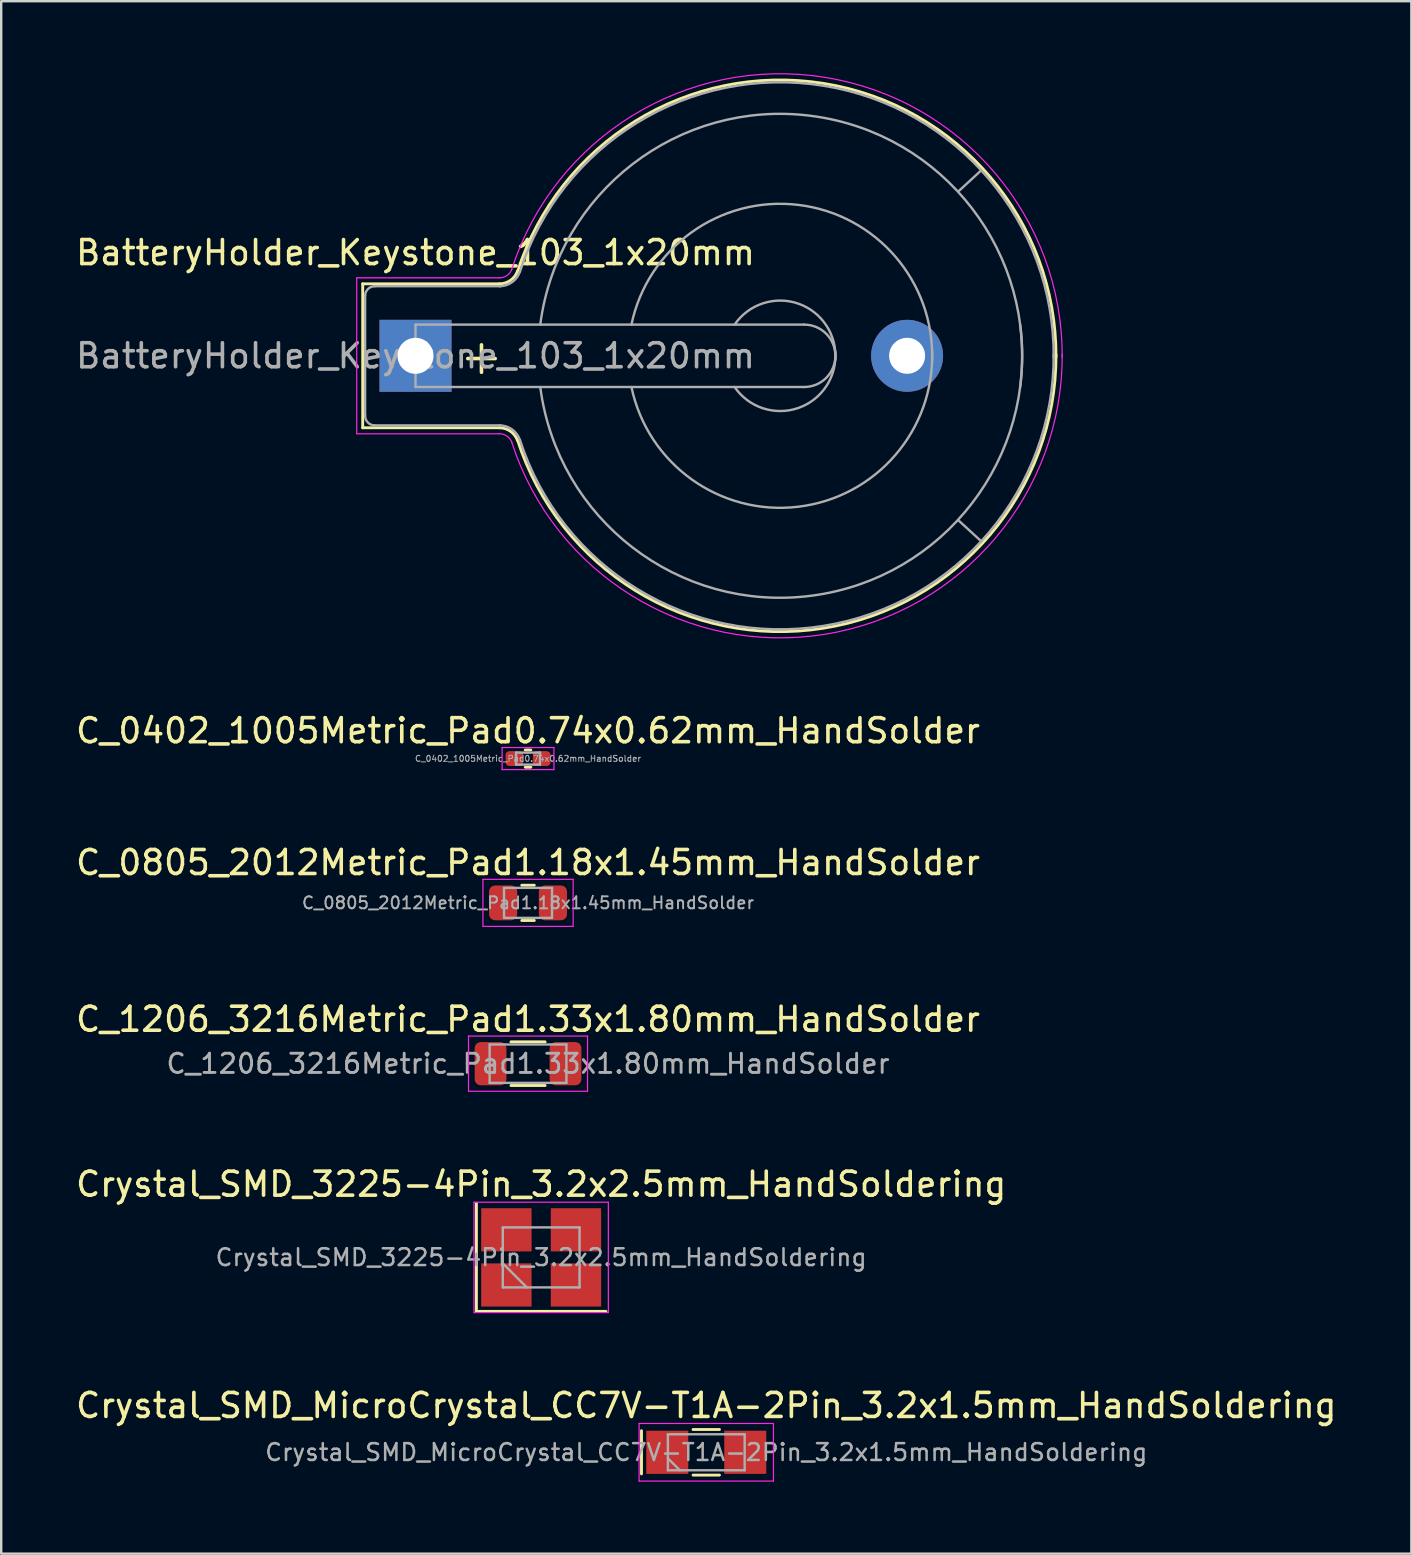
<source format=kicad_pcb>
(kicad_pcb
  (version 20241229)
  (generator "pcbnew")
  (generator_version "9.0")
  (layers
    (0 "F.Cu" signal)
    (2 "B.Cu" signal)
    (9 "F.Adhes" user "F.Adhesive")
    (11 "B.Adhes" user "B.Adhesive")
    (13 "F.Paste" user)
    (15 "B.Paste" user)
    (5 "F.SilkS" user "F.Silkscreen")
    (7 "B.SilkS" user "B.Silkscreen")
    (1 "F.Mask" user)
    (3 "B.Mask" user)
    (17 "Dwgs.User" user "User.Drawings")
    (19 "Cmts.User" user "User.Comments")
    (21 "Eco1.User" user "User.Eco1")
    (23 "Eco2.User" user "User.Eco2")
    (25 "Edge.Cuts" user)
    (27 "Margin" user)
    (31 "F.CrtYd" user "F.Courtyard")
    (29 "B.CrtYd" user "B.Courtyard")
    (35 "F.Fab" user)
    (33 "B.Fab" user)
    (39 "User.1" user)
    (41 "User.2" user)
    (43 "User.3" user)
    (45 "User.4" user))
  (footprint "Crystal_SMD_MicroCrystal_CC7V-T1A-2Pin_3.2x1.5mm_HandSoldering"
    (layer "F.Cu")
    (at 26.387 57.481)
    (property "Reference" "Crystal_SMD_MicroCrystal_CC7V-T1A-2Pin_3.2x1.5mm_HandSoldering" (at 0 -1.95 0) (layer "F.SilkS") (effects (font (size 1 1) (thickness 0.15))))
    (attr smd)
    (fp_line (start -2.7 -0.9) (end -2.7 0.9) (stroke (width 0.12) (type solid)) (layer "F.SilkS"))
    (fp_line (start -0.55 -0.95) (end 0.55 -0.95) (stroke (width 0.12) (type solid)) (layer "F.SilkS"))
    (fp_line (start -0.55 0.95) (end 0.55 0.95) (stroke (width 0.12) (type solid)) (layer "F.SilkS"))
    (fp_line (start -2.8 -1.2) (end -2.8 1.2) (stroke (width 0.05) (type solid)) (layer "F.CrtYd"))
    (fp_line (start -2.8 1.2) (end 2.8 1.2) (stroke (width 0.05) (type solid)) (layer "F.CrtYd"))
    (fp_line (start 2.8 -1.2) (end -2.8 -1.2) (stroke (width 0.05) (type solid)) (layer "F.CrtYd"))
    (fp_line (start 2.8 1.2) (end 2.8 -1.2) (stroke (width 0.05) (type solid)) (layer "F.CrtYd"))
    (fp_line (start -1.6 -0.75) (end -1.6 0.75) (stroke (width 0.1) (type solid)) (layer "F.Fab"))
    (fp_line (start -1.6 0.25) (end -1.1 0.75) (stroke (width 0.1) (type solid)) (layer "F.Fab"))
    (fp_line (start -1.6 0.75) (end 1.6 0.75) (stroke (width 0.1) (type solid)) (layer "F.Fab"))
    (fp_line (start 1.6 -0.75) (end -1.6 -0.75) (stroke (width 0.1) (type solid)) (layer "F.Fab"))
    (fp_line (start 1.6 0.75) (end 1.6 -0.75) (stroke (width 0.1) (type solid)) (layer "F.Fab"))
    (fp_text user "${REFERENCE}" (at 0 0 0) (layer "F.Fab") (effects (font (size 0.7 0.7) (thickness 0.105))))
    (pad "1" smd rect (at -1.625 0) (size 1.75 1.8) (layers "F.Cu" "F.Mask" "F.Paste"))
    (pad "2" smd rect (at 1.625 0) (size 1.75 1.8) (layers "F.Cu" "F.Mask" "F.Paste")))
  (footprint "C_1206_3216Metric_Pad1.33x1.80mm_HandSolder"
    (layer "F.Cu")
    (at 18.958 41.284)
    (property "Reference" "C_1206_3216Metric_Pad1.33x1.80mm_HandSolder" (at 0 -1.85 0) (layer "F.SilkS") (effects (font (size 1 1) (thickness 0.15))))
    (attr smd)
    (fp_line (start -0.711 -0.91) (end 0.711 -0.91) (stroke (width 0.12) (type solid)) (layer "F.SilkS"))
    (fp_line (start -0.711 0.91) (end 0.711 0.91) (stroke (width 0.12) (type solid)) (layer "F.SilkS"))
    (fp_line (start -2.48 -1.15) (end 2.48 -1.15) (stroke (width 0.05) (type solid)) (layer "F.CrtYd"))
    (fp_line (start -2.48 1.15) (end -2.48 -1.15) (stroke (width 0.05) (type solid)) (layer "F.CrtYd"))
    (fp_line (start 2.48 -1.15) (end 2.48 1.15) (stroke (width 0.05) (type solid)) (layer "F.CrtYd"))
    (fp_line (start 2.48 1.15) (end -2.48 1.15) (stroke (width 0.05) (type solid)) (layer "F.CrtYd"))
    (fp_line (start -1.6 -0.8) (end 1.6 -0.8) (stroke (width 0.1) (type solid)) (layer "F.Fab"))
    (fp_line (start -1.6 0.8) (end -1.6 -0.8) (stroke (width 0.1) (type solid)) (layer "F.Fab"))
    (fp_line (start 1.6 -0.8) (end 1.6 0.8) (stroke (width 0.1) (type solid)) (layer "F.Fab"))
    (fp_line (start 1.6 0.8) (end -1.6 0.8) (stroke (width 0.1) (type solid)) (layer "F.Fab"))
    (fp_text user "${REFERENCE}" (at 0 0 0) (layer "F.Fab") (effects (font (size 0.8 0.8) (thickness 0.12))))
    (pad "1" smd roundrect (at -1.562 0) (size 1.325 1.8) (layers "F.Cu" "F.Mask" "F.Paste") (roundrect_rratio 0.189))
    (pad "2" smd roundrect (at 1.562 0) (size 1.325 1.8) (layers "F.Cu" "F.Mask" "F.Paste") (roundrect_rratio 0.189)))
  (footprint "BatteryHolder_Keystone_103_1x20mm"
    (layer "F.Cu")
    (at 14.268 11.78)
    (property "Reference" "BatteryHolder_Keystone_103_1x20mm" (at 0 -4.3 0) (layer "F.SilkS") (effects (font (size 1 1) (thickness 0.15))))
    (attr through_hole)
    (fp_line (start -2.2 -3) (end 3.5 -3) (stroke (width 0.12) (type solid)) (layer "F.SilkS"))
    (fp_line (start -2.2 3) (end -2.2 -3) (stroke (width 0.12) (type solid)) (layer "F.SilkS"))
    (fp_line (start -2.2 3) (end 3.5 3) (stroke (width 0.12) (type solid)) (layer "F.SilkS"))
    (fp_arc (start 3.5 3) (mid 3.958861 3.144678) (end 4.251754 3.526384) (stroke (width 0.12) (type solid)) (layer "F.SilkS"))
    (fp_arc (start 4.25 -3.5) (mid 16.993514 -11.35499) (end 26.695671 0.045281) (stroke (width 0.12) (type solid)) (layer "F.SilkS"))
    (fp_arc (start 4.251754 -3.526384) (mid 3.958861 -3.144678) (end 3.5 -3) (stroke (width 0.12) (type solid)) (layer "F.SilkS"))
    (fp_arc (start 26.695671 -0.045281) (mid 16.993514 11.35499) (end 4.25 3.5) (stroke (width 0.12) (type solid)) (layer "F.SilkS"))
    (fp_line (start -2.45 -3.25) (end 3.5 -3.25) (stroke (width 0.05) (type solid)) (layer "F.CrtYd"))
    (fp_line (start -2.45 3.25) (end -2.45 -3.25) (stroke (width 0.05) (type solid)) (layer "F.CrtYd"))
    (fp_line (start -2.45 3.25) (end 3.5 3.25) (stroke (width 0.05) (type solid)) (layer "F.CrtYd"))
    (fp_arc (start 3.5 3.25) (mid 3.815467 3.349466) (end 4.016831 3.611889) (stroke (width 0.05) (type solid)) (layer "F.CrtYd"))
    (fp_arc (start 4.01 -3.6) (mid 17.055841 -11.60741) (end 26.954634 0.068483) (stroke (width 0.05) (type solid)) (layer "F.CrtYd"))
    (fp_arc (start 4.016831 -3.611889) (mid 3.815467 -3.349466) (end 3.5 -3.25) (stroke (width 0.05) (type solid)) (layer "F.CrtYd"))
    (fp_arc (start 26.954634 -0.068483) (mid 17.055841 11.60741) (end 4.01 3.6) (stroke (width 0.05) (type solid)) (layer "F.CrtYd"))
    (fp_line (start -2.1 -2.5) (end -2.1 2.5) (stroke (width 0.1) (type solid)) (layer "F.Fab"))
    (fp_line (start -1.7 2.9) (end 3.531 2.9) (stroke (width 0.1) (type solid)) (layer "F.Fab"))
    (fp_line (start 0 -1.3) (end 0 1.3) (stroke (width 0.1) (type solid)) (layer "F.Fab"))
    (fp_line (start 0 1.3) (end 16.2 1.3) (stroke (width 0.1) (type solid)) (layer "F.Fab"))
    (fp_line (start 3.531 -2.9) (end -1.7 -2.9) (stroke (width 0.1) (type solid)) (layer "F.Fab"))
    (fp_line (start 16.2 -1.3) (end 0 -1.3) (stroke (width 0.1) (type solid)) (layer "F.Fab"))
    (fp_line (start 23.571 -7.722) (end 22.631 -6.858) (stroke (width 0.1) (type solid)) (layer "F.Fab"))
    (fp_line (start 23.571 7.722) (end 22.657 6.883) (stroke (width 0.1) (type solid)) (layer "F.Fab"))
    (fp_arc (start -2.1 -2.5) (mid -1.982843 -2.782843) (end -1.7 -2.9) (stroke (width 0.1) (type solid)) (layer "F.Fab"))
    (fp_arc (start -1.7 2.9) (mid -1.982843 2.782843) (end -2.1 2.5) (stroke (width 0.1) (type solid)) (layer "F.Fab"))
    (fp_arc (start 3.5 2.9) (mid 4.016219 3.062763) (end 4.345723 3.492182) (stroke (width 0.1) (type solid)) (layer "F.Fab"))
    (fp_arc (start 4.345723 -3.492182) (mid 4.016219 -3.062763) (end 3.5 -2.9) (stroke (width 0.1) (type solid)) (layer "F.Fab"))
    (fp_arc (start 4.35 -3.5) (mid 17.008726 -11.256154) (end 26.600299 0.075351) (stroke (width 0.1) (type solid)) (layer "F.Fab"))
    (fp_arc (start 5.2 -1.3) (mid 16.5 -10) (end 25.2 1.3) (stroke (width 0.1) (type solid)) (layer "F.Fab"))
    (fp_arc (start 9 -1.3) (mid 15.954687 -6.28971) (end 21.531551 0.203631) (stroke (width 0.1) (type solid)) (layer "F.Fab"))
    (fp_arc (start 13.3 -1.3) (mid 15.963947 -2.171724) (end 17.495448 0.175833) (stroke (width 0.1) (type solid)) (layer "F.Fab"))
    (fp_arc (start 16.2 -1.3) (mid 17.5 0) (end 16.2 1.3) (stroke (width 0.1) (type solid)) (layer "F.Fab"))
    (fp_arc (start 17.495448 -0.175833) (mid 15.963947 2.171724) (end 13.3 1.3) (stroke (width 0.1) (type solid)) (layer "F.Fab"))
    (fp_arc (start 21.531551 -0.203631) (mid 15.954687 6.28971) (end 9 1.3) (stroke (width 0.1) (type solid)) (layer "F.Fab"))
    (fp_arc (start 25.2 -1.3) (mid 16.5 10) (end 5.2 1.3) (stroke (width 0.1) (type solid)) (layer "F.Fab"))
    (fp_arc (start 26.600299 -0.075351) (mid 17.008726 11.256154) (end 4.35 3.5) (stroke (width 0.1) (type solid)) (layer "F.Fab"))
    (fp_text user "+" (at 2.75 0 0) (layer "F.SilkS") (effects (font (size 1.5 1.5) (thickness 0.15))))
    (fp_text user "${REFERENCE}" (at 0 0 0) (layer "F.Fab") (effects (font (size 1 1) (thickness 0.15))))
    (pad "1" thru_hole rect (at 0 0) (size 3 3) (drill 1.5) (layers "*.Cu" "*.Mask"))
    (pad "2" thru_hole circle (at 20.49 0) (size 3 3) (drill 1.5) (layers "*.Cu" "*.Mask")))
  (footprint "Crystal_SMD_3225-4Pin_3.2x2.5mm_HandSoldering"
    (layer "F.Cu")
    (at 19.506 49.358)
    (property "Reference" "Crystal_SMD_3225-4Pin_3.2x2.5mm_HandSoldering" (at 0 -3.05 0) (layer "F.SilkS") (effects (font (size 1 1) (thickness 0.15))))
    (attr smd)
    (fp_line (start -2.7 -2.25) (end -2.7 2.25) (stroke (width 0.12) (type solid)) (layer "F.SilkS"))
    (fp_line (start -2.7 2.25) (end 2.7 2.25) (stroke (width 0.12) (type solid)) (layer "F.SilkS"))
    (fp_line (start -2.8 -2.3) (end -2.8 2.3) (stroke (width 0.05) (type solid)) (layer "F.CrtYd"))
    (fp_line (start -2.8 2.3) (end 2.8 2.3) (stroke (width 0.05) (type solid)) (layer "F.CrtYd"))
    (fp_line (start 2.8 -2.3) (end -2.8 -2.3) (stroke (width 0.05) (type solid)) (layer "F.CrtYd"))
    (fp_line (start 2.8 2.3) (end 2.8 -2.3) (stroke (width 0.05) (type solid)) (layer "F.CrtYd"))
    (fp_line (start -1.6 -1.25) (end -1.6 1.25) (stroke (width 0.1) (type solid)) (layer "F.Fab"))
    (fp_line (start -1.6 0.25) (end -0.6 1.25) (stroke (width 0.1) (type solid)) (layer "F.Fab"))
    (fp_line (start -1.6 1.25) (end 1.6 1.25) (stroke (width 0.1) (type solid)) (layer "F.Fab"))
    (fp_line (start 1.6 -1.25) (end -1.6 -1.25) (stroke (width 0.1) (type solid)) (layer "F.Fab"))
    (fp_line (start 1.6 1.25) (end 1.6 -1.25) (stroke (width 0.1) (type solid)) (layer "F.Fab"))
    (fp_text user "${REFERENCE}" (at 0 0 0) (layer "F.Fab") (effects (font (size 0.7 0.7) (thickness 0.105))))
    (pad "1" smd rect (at -1.45 1.15) (size 2.1 1.8) (layers "F.Cu" "F.Mask" "F.Paste"))
    (pad "2" smd rect (at 1.45 1.15) (size 2.1 1.8) (layers "F.Cu" "F.Mask" "F.Paste"))
    (pad "3" smd rect (at 1.45 -1.15) (size 2.1 1.8) (layers "F.Cu" "F.Mask" "F.Paste"))
    (pad "4" smd rect (at -1.45 -1.15) (size 2.1 1.8) (layers "F.Cu" "F.Mask" "F.Paste")))
  (footprint "C_0805_2012Metric_Pad1.18x1.45mm_HandSolder"
    (layer "F.Cu")
    (at 18.958 34.581)
    (property "Reference" "C_0805_2012Metric_Pad1.18x1.45mm_HandSolder" (at 0 -1.68 0) (layer "F.SilkS") (effects (font (size 1 1) (thickness 0.15))))
    (attr smd)
    (fp_line (start -0.261 -0.735) (end 0.261 -0.735) (stroke (width 0.12) (type solid)) (layer "F.SilkS"))
    (fp_line (start -0.261 0.735) (end 0.261 0.735) (stroke (width 0.12) (type solid)) (layer "F.SilkS"))
    (fp_line (start -1.88 -0.98) (end 1.88 -0.98) (stroke (width 0.05) (type solid)) (layer "F.CrtYd"))
    (fp_line (start -1.88 0.98) (end -1.88 -0.98) (stroke (width 0.05) (type solid)) (layer "F.CrtYd"))
    (fp_line (start 1.88 -0.98) (end 1.88 0.98) (stroke (width 0.05) (type solid)) (layer "F.CrtYd"))
    (fp_line (start 1.88 0.98) (end -1.88 0.98) (stroke (width 0.05) (type solid)) (layer "F.CrtYd"))
    (fp_line (start -1 -0.625) (end 1 -0.625) (stroke (width 0.1) (type solid)) (layer "F.Fab"))
    (fp_line (start -1 0.625) (end -1 -0.625) (stroke (width 0.1) (type solid)) (layer "F.Fab"))
    (fp_line (start 1 -0.625) (end 1 0.625) (stroke (width 0.1) (type solid)) (layer "F.Fab"))
    (fp_line (start 1 0.625) (end -1 0.625) (stroke (width 0.1) (type solid)) (layer "F.Fab"))
    (fp_text user "${REFERENCE}" (at 0 0 0) (layer "F.Fab") (effects (font (size 0.5 0.5) (thickness 0.08))))
    (pad "1" smd roundrect (at -1.038 0) (size 1.175 1.45) (layers "F.Cu" "F.Mask" "F.Paste") (roundrect_rratio 0.213))
    (pad "2" smd roundrect (at 1.038 0) (size 1.175 1.45) (layers "F.Cu" "F.Mask" "F.Paste") (roundrect_rratio 0.213)))
  (footprint "C_0402_1005Metric_Pad0.74x0.62mm_HandSolder"
    (layer "F.Cu")
    (at 18.958 28.568)
    (property "Reference" "C_0402_1005Metric_Pad0.74x0.62mm_HandSolder" (at 0 -1.16 0) (layer "F.SilkS") (effects (font (size 1 1) (thickness 0.15))))
    (attr smd)
    (fp_line (start -0.116 -0.36) (end 0.116 -0.36) (stroke (width 0.12) (type solid)) (layer "F.SilkS"))
    (fp_line (start -0.116 0.36) (end 0.116 0.36) (stroke (width 0.12) (type solid)) (layer "F.SilkS"))
    (fp_line (start -1.08 -0.46) (end 1.08 -0.46) (stroke (width 0.05) (type solid)) (layer "F.CrtYd"))
    (fp_line (start -1.08 0.46) (end -1.08 -0.46) (stroke (width 0.05) (type solid)) (layer "F.CrtYd"))
    (fp_line (start 1.08 -0.46) (end 1.08 0.46) (stroke (width 0.05) (type solid)) (layer "F.CrtYd"))
    (fp_line (start 1.08 0.46) (end -1.08 0.46) (stroke (width 0.05) (type solid)) (layer "F.CrtYd"))
    (fp_line (start -0.5 -0.25) (end 0.5 -0.25) (stroke (width 0.1) (type solid)) (layer "F.Fab"))
    (fp_line (start -0.5 0.25) (end -0.5 -0.25) (stroke (width 0.1) (type solid)) (layer "F.Fab"))
    (fp_line (start 0.5 -0.25) (end 0.5 0.25) (stroke (width 0.1) (type solid)) (layer "F.Fab"))
    (fp_line (start 0.5 0.25) (end -0.5 0.25) (stroke (width 0.1) (type solid)) (layer "F.Fab"))
    (fp_text user "${REFERENCE}" (at 0 0 0) (layer "F.Fab") (effects (font (size 0.25 0.25) (thickness 0.04))))
    (pad "1" smd roundrect (at -0.568 0) (size 0.735 0.62) (layers "F.Cu" "F.Mask" "F.Paste") (roundrect_rratio 0.25))
    (pad "2" smd roundrect (at 0.568 0) (size 0.735 0.62) (layers "F.Cu" "F.Mask" "F.Paste") (roundrect_rratio 0.25)))
  (gr_rect
    (start -3 -3)
    (end 55.774 61.706)
    (stroke (width 0.1) (type default))
    (fill no)
    (layer "Edge.Cuts")))
</source>
